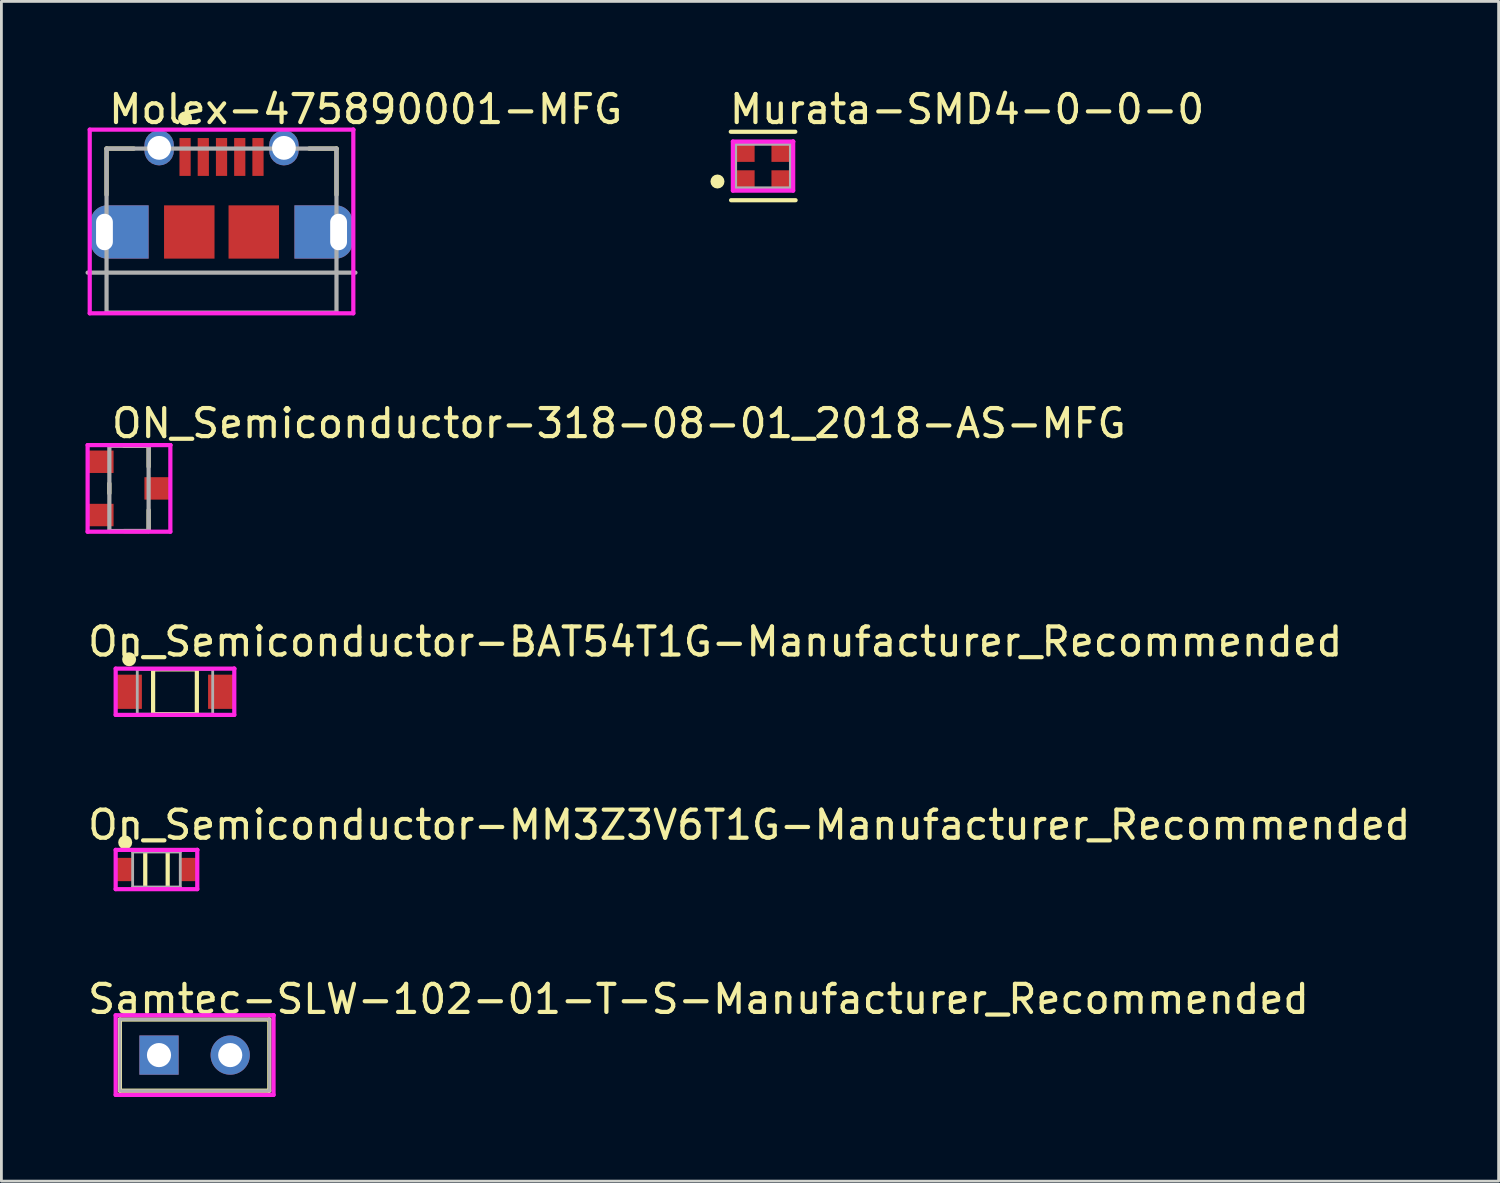
<source format=kicad_pcb>
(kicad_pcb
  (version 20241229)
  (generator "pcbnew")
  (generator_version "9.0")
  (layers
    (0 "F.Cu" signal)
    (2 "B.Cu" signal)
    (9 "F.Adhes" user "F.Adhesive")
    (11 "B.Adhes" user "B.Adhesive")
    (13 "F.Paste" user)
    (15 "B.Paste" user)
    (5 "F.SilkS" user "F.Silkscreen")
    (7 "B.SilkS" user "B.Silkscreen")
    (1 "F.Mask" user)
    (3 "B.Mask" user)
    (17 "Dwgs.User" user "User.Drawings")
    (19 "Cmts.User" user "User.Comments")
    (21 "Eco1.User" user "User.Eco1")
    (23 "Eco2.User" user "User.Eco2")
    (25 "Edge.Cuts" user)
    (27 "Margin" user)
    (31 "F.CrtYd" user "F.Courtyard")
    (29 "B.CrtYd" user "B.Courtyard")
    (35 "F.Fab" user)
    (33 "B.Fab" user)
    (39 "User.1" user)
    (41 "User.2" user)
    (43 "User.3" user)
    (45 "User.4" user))
  (footprint "Murata-SMD4-0-0-0"
    (layer "F.Cu")
    (at 24.161 2.873)
    (property "Reference" "Murata-SMD4-0-0-0" (at -1.275 -2.025 0) (layer "F.SilkS") (effects (font (size 1 1) (thickness 0.15)) (justify left)))
    (attr through_hole)
    (fp_line (start 1.15 -1.225) (end -1.15 -1.225) (stroke (width 0.15) (type solid)) (layer "F.SilkS"))
    (fp_line (start 1.161 1.217) (end -1.139 1.217) (stroke (width 0.15) (type solid)) (layer "F.SilkS"))
    (fp_circle (center -1.625 0.55) (end -1.5 0.55) (stroke (width 0.25) (type solid)) (fill no) (layer "F.SilkS"))
    (fp_line (start -1.075 -0.875) (end -1.075 0.875) (stroke (width 0.15) (type solid)) (layer "F.CrtYd"))
    (fp_line (start -1.075 0.875) (end 1.075 0.875) (stroke (width 0.15) (type solid)) (layer "F.CrtYd"))
    (fp_line (start 1.075 -0.875) (end -1.075 -0.875) (stroke (width 0.15) (type solid)) (layer "F.CrtYd"))
    (fp_line (start 1.075 -0.875) (end 1.075 -0.875) (stroke (width 0.15) (type solid)) (layer "F.CrtYd"))
    (fp_line (start 1.075 0.875) (end 1.075 -0.875) (stroke (width 0.15) (type solid)) (layer "F.CrtYd"))
    (fp_line (start -1 -0.8) (end 1 -0.8) (stroke (width 0.15) (type solid)) (layer "F.Fab"))
    (fp_line (start -1 0.8) (end -1 -0.8) (stroke (width 0.15) (type solid)) (layer "F.Fab"))
    (fp_line (start 1 -0.8) (end 1 0.8) (stroke (width 0.15) (type solid)) (layer "F.Fab"))
    (fp_line (start 1 0.8) (end -1 0.8) (stroke (width 0.15) (type solid)) (layer "F.Fab"))
    (pad "1" smd rect (at -0.675 0.5) (size 0.75 0.7) (layers "F.Cu" "F.Mask" "F.Paste"))
    (pad "2,4" smd rect (at -0.675 -0.5) (size 0.75 0.7) (layers "F.Cu" "F.Mask" "F.Paste"))
    (pad "2,4" smd rect (at 0.675 0.5) (size 0.75 0.7) (layers "F.Cu" "F.Mask" "F.Paste"))
    (pad "3" smd rect (at 0.675 -0.5) (size 0.75 0.7) (layers "F.Cu" "F.Mask" "F.Paste")))
  (footprint "On_Semiconductor-BAT54T1G-Manufacturer_Recommended"
    (layer "F.Cu")
    (at 3.19 21.62)
    (property "Reference" "On_Semiconductor-BAT54T1G-Manufacturer_Recommended" (at -3.19 -1.785 0) (layer "F.SilkS") (effects (font (size 1 1) (thickness 0.15)) (justify left)))
    (attr through_hole)
    (fp_line (start -0.78 -0.8) (end 0.78 -0.8) (stroke (width 0.15) (type solid)) (layer "F.SilkS"))
    (fp_line (start -0.78 0.8) (end -0.78 -0.8) (stroke (width 0.15) (type solid)) (layer "F.SilkS"))
    (fp_line (start -0.78 0.8) (end 0.78 0.8) (stroke (width 0.15) (type solid)) (layer "F.SilkS"))
    (fp_line (start 0.78 0.8) (end 0.78 -0.8) (stroke (width 0.15) (type solid)) (layer "F.SilkS"))
    (fp_circle (center -1.635 -1.16) (end -1.51 -1.16) (stroke (width 0.25) (type solid)) (fill no) (layer "F.SilkS"))
    (fp_line (start -2.115 -0.825) (end -2.115 0.825) (stroke (width 0.15) (type solid)) (layer "F.CrtYd"))
    (fp_line (start -2.115 0.825) (end 2.115 0.825) (stroke (width 0.15) (type solid)) (layer "F.CrtYd"))
    (fp_line (start 2.115 -0.825) (end -2.115 -0.825) (stroke (width 0.15) (type solid)) (layer "F.CrtYd"))
    (fp_line (start 2.115 -0.825) (end 2.115 -0.825) (stroke (width 0.15) (type solid)) (layer "F.CrtYd"))
    (fp_line (start 2.115 0.825) (end 2.115 -0.825) (stroke (width 0.15) (type solid)) (layer "F.CrtYd"))
    (fp_line (start -1.345 -0.8) (end 1.345 -0.8) (stroke (width 0.1) (type solid)) (layer "F.Fab"))
    (fp_line (start -1.345 0.8) (end -1.345 -0.8) (stroke (width 0.1) (type solid)) (layer "F.Fab"))
    (fp_line (start -1.345 0.8) (end 1.345 0.8) (stroke (width 0.1) (type solid)) (layer "F.Fab"))
    (fp_line (start 1.345 0.8) (end 1.345 -0.8) (stroke (width 0.1) (type solid)) (layer "F.Fab"))
    (pad "1" smd rect (at -1.635 0 180) (size 0.91 1.22) (layers "F.Cu" "F.Mask" "F.Paste"))
    (pad "2" smd rect (at 1.635 0 180) (size 0.91 1.22) (layers "F.Cu" "F.Mask" "F.Paste")))
  (footprint "Samtec-SLW-102-01-T-S-Manufacturer_Recommended"
    (layer "F.Cu")
    (at 2.62 34.576)
    (property "Reference" "Samtec-SLW-102-01-T-S-Manufacturer_Recommended" (at -2.62 -1.995 0) (layer "F.SilkS") (effects (font (size 1 1) (thickness 0.15)) (justify left)))
    (attr through_hole)
    (fp_line (start -1.395 -1.27) (end 3.935 -1.27) (stroke (width 0.15) (type solid)) (layer "F.SilkS"))
    (fp_line (start -1.395 1.27) (end -1.395 -1.27) (stroke (width 0.15) (type solid)) (layer "F.SilkS"))
    (fp_line (start -1.395 1.27) (end 3.935 1.27) (stroke (width 0.15) (type solid)) (layer "F.SilkS"))
    (fp_line (start 3.935 1.27) (end 3.935 -1.27) (stroke (width 0.15) (type solid)) (layer "F.SilkS"))
    (fp_line (start -1.545 -1.42) (end -1.545 1.42) (stroke (width 0.15) (type solid)) (layer "F.CrtYd"))
    (fp_line (start -1.545 1.42) (end 4.085 1.42) (stroke (width 0.15) (type solid)) (layer "F.CrtYd"))
    (fp_line (start 4.085 -1.42) (end -1.545 -1.42) (stroke (width 0.15) (type solid)) (layer "F.CrtYd"))
    (fp_line (start 4.085 -1.42) (end 4.085 -1.42) (stroke (width 0.15) (type solid)) (layer "F.CrtYd"))
    (fp_line (start 4.085 1.42) (end 4.085 -1.42) (stroke (width 0.15) (type solid)) (layer "F.CrtYd"))
    (fp_line (start -1.395 -1.27) (end 3.935 -1.27) (stroke (width 0.1) (type solid)) (layer "F.Fab"))
    (fp_line (start -1.395 1.27) (end -1.395 -1.27) (stroke (width 0.1) (type solid)) (layer "F.Fab"))
    (fp_line (start -1.395 1.27) (end 3.935 1.27) (stroke (width 0.1) (type solid)) (layer "F.Fab"))
    (fp_line (start 3.935 1.27) (end 3.935 -1.27) (stroke (width 0.1) (type solid)) (layer "F.Fab"))
    (pad "1" thru_hole rect (at 0 0) (size 1.4 1.4) (drill 0.86) (layers "*.Cu"))
    (pad "2" thru_hole circle (at 2.54 0) (size 1.4 1.4) (drill 0.86) (layers "*.Cu")))
  (footprint "Molex-475890001-MFG"
    (layer "F.Cu")
    (at 4.85 5.573)
    (property "Reference" "Molex-475890001-MFG" (at -4.1 -4.725 0) (layer "F.SilkS") (effects (font (size 1 1) (thickness 0.15)) (justify left)))
    (attr through_hole)
    (fp_line (start -4.1 -3.325) (end -3.125 -3.325) (stroke (width 0.15) (type solid)) (layer "F.SilkS"))
    (fp_line (start -4.1 -1.675) (end -4.1 -3.325) (stroke (width 0.15) (type solid)) (layer "F.SilkS"))
    (fp_line (start 3.125 -3.325) (end 4.1 -3.325) (stroke (width 0.15) (type solid)) (layer "F.SilkS"))
    (fp_line (start 4.1 -1.675) (end 4.1 -3.325) (stroke (width 0.15) (type solid)) (layer "F.SilkS"))
    (fp_circle (center -1.3 -4.4) (end -1.175 -4.4) (stroke (width 0.25) (type solid)) (fill no) (layer "F.SilkS"))
    (fp_line (start -4.7 -4) (end -4.7 2.55) (stroke (width 0.15) (type solid)) (layer "F.CrtYd"))
    (fp_line (start -4.7 2.55) (end 4.7 2.55) (stroke (width 0.15) (type solid)) (layer "F.CrtYd"))
    (fp_line (start 4.7 -4) (end -4.7 -4) (stroke (width 0.15) (type solid)) (layer "F.CrtYd"))
    (fp_line (start 4.7 -4) (end 4.7 -4) (stroke (width 0.15) (type solid)) (layer "F.CrtYd"))
    (fp_line (start 4.7 2.55) (end 4.7 -4) (stroke (width 0.15) (type solid)) (layer "F.CrtYd"))
    (fp_line (start -4.1 -3.325) (end 4.1 -3.325) (stroke (width 0.15) (type solid)) (layer "F.Fab"))
    (fp_line (start -4.1 2.525) (end -4.1 -3.325) (stroke (width 0.15) (type solid)) (layer "F.Fab"))
    (fp_line (start 4.1 -3.325) (end 4.1 2.525) (stroke (width 0.15) (type solid)) (layer "F.Fab"))
    (fp_line (start 4.1 2.525) (end -4.1 2.525) (stroke (width 0.15) (type solid)) (layer "F.Fab"))
    (fp_line (start 4.775 1.1) (end -4.775 1.1) (stroke (width 0.15) (type solid)) (layer "F.Fab"))
    (pad "1" smd rect (at -1.3 -3.025) (size 0.4 1.35) (layers "F.Cu" "F.Mask" "F.Paste"))
    (pad "2" smd rect (at -0.65 -3.025) (size 0.4 1.35) (layers "F.Cu" "F.Mask" "F.Paste"))
    (pad "3" smd rect (at 0 -3.025) (size 0.4 1.35) (layers "F.Cu" "F.Mask" "F.Paste"))
    (pad "4" smd rect (at 0.65 -3.025) (size 0.4 1.35) (layers "F.Cu" "F.Mask" "F.Paste"))
    (pad "5" smd rect (at 1.3 -3.025) (size 0.4 1.35) (layers "F.Cu" "F.Mask" "F.Paste"))
    (pad "6" thru_hole roundrect (at -2.225 -3.35) (size 1.05 1.25) (drill oval 0.85) (layers "*.Cu") (roundrect_rratio 0.5))
    (pad "7" thru_hole roundrect (at 2.225 -3.35) (size 1.05 1.25) (drill oval 0.85) (layers "*.Cu") (roundrect_rratio 0.5))
    (pad "8" thru_hole roundrect (at -4.175 -0.35) (size 0.6 1.3) (drill oval 1.3) (layers "*.Cu") (roundrect_rratio 0.5))
    (pad "8" smd custom (at -3.638 -0.35) (size 1.2 1.2) (layers "F.Cu" "F.Mask") (options (anchor circle)) (primitives (gr_poly (pts (xy 1.038 0.95) (xy 1.038 -0.95) (xy -0.438 -0.95) (xy -0.485 -0.948) (xy -0.531 -0.943) (xy -0.578 -0.933) (xy -0.623 -0.921) (xy -0.667 -0.904) (xy -0.71 -0.885) (xy -0.751 -0.862) (xy -0.79 -0.835) (xy -0.827 -0.806) (xy -0.862 -0.774) (xy -0.894 -0.74) (xy -0.923 -0.703) (xy -0.949 -0.663) (xy -0.972 -0.622) (xy -0.992 -0.58) (xy -1.008 -0.535) (xy -1.021 -0.49) (xy -1.03 -0.444) (xy -1.036 -0.397) (xy -1.038 -0.35) (xy -1.038 0.35) (xy -1.036 0.397) (xy -1.03 0.444) (xy -1.021 0.49) (xy -1.008 0.535) (xy -0.992 0.58) (xy -0.972 0.622) (xy -0.949 0.663) (xy -0.923 0.703) (xy -0.894 0.74) (xy -0.862 0.774) (xy -0.827 0.806) (xy -0.79 0.835) (xy -0.751 0.862) (xy -0.71 0.885) (xy -0.667 0.904) (xy -0.623 0.921) (xy -0.578 0.933) (xy -0.531 0.943) (xy -0.485 0.948) (xy -0.438 0.95) (xy 1.038 0.95)) (width 0) (fill yes))))
    (pad "8" smd custom (at -3.638 -0.35) (size 1.2 1.2) (layers "B.Cu" "B.Mask") (options (anchor circle)) (primitives (gr_poly (pts (xy 1.038 0.95) (xy 1.038 -0.95) (xy -0.438 -0.95) (xy -0.485 -0.948) (xy -0.531 -0.943) (xy -0.578 -0.933) (xy -0.623 -0.921) (xy -0.667 -0.904) (xy -0.71 -0.885) (xy -0.751 -0.862) (xy -0.79 -0.835) (xy -0.827 -0.806) (xy -0.862 -0.774) (xy -0.894 -0.74) (xy -0.923 -0.703) (xy -0.949 -0.663) (xy -0.972 -0.622) (xy -0.992 -0.58) (xy -1.008 -0.535) (xy -1.021 -0.49) (xy -1.03 -0.444) (xy -1.036 -0.397) (xy -1.038 -0.35) (xy -1.038 0.35) (xy -1.036 0.397) (xy -1.03 0.444) (xy -1.021 0.49) (xy -1.008 0.535) (xy -0.992 0.58) (xy -0.972 0.622) (xy -0.949 0.663) (xy -0.923 0.703) (xy -0.894 0.74) (xy -0.862 0.774) (xy -0.827 0.806) (xy -0.79 0.835) (xy -0.751 0.862) (xy -0.71 0.885) (xy -0.667 0.904) (xy -0.623 0.921) (xy -0.578 0.933) (xy -0.531 0.943) (xy -0.485 0.948) (xy -0.438 0.95) (xy 1.038 0.95)) (width 0) (fill yes))))
    (pad "9" smd rect (at -1.15 -0.35) (size 1.8 1.9) (layers "F.Cu" "F.Mask" "F.Paste"))
    (pad "10" smd rect (at 1.15 -0.35) (size 1.8 1.9) (layers "F.Cu" "F.Mask" "F.Paste"))
    (pad "11" smd custom (at 3.638 -0.35) (size 1.2 1.2) (layers "F.Cu" "F.Mask") (options (anchor circle)) (primitives (gr_poly (pts (xy -1.038 -0.95) (xy -1.038 0.95) (xy 0.438 0.95) (xy 0.485 0.948) (xy 0.531 0.943) (xy 0.578 0.933) (xy 0.623 0.921) (xy 0.667 0.904) (xy 0.71 0.885) (xy 0.751 0.862) (xy 0.79 0.835) (xy 0.827 0.806) (xy 0.862 0.774) (xy 0.894 0.74) (xy 0.923 0.703) (xy 0.949 0.663) (xy 0.972 0.622) (xy 0.992 0.58) (xy 1.008 0.535) (xy 1.021 0.49) (xy 1.03 0.444) (xy 1.036 0.397) (xy 1.038 0.35) (xy 1.038 -0.35) (xy 1.036 -0.397) (xy 1.03 -0.444) (xy 1.021 -0.49) (xy 1.008 -0.535) (xy 0.992 -0.58) (xy 0.972 -0.622) (xy 0.949 -0.663) (xy 0.923 -0.703) (xy 0.894 -0.74) (xy 0.862 -0.774) (xy 0.827 -0.806) (xy 0.79 -0.835) (xy 0.751 -0.862) (xy 0.71 -0.885) (xy 0.667 -0.904) (xy 0.623 -0.921) (xy 0.578 -0.933) (xy 0.531 -0.943) (xy 0.485 -0.948) (xy 0.438 -0.95) (xy -1.038 -0.95)) (width 0) (fill yes))))
    (pad "11" smd custom (at 3.638 -0.35) (size 1.2 1.2) (layers "B.Cu" "B.Mask") (options (anchor circle)) (primitives (gr_poly (pts (xy -1.038 -0.95) (xy -1.038 0.95) (xy 0.438 0.95) (xy 0.485 0.948) (xy 0.531 0.943) (xy 0.578 0.933) (xy 0.623 0.921) (xy 0.667 0.904) (xy 0.71 0.885) (xy 0.751 0.862) (xy 0.79 0.835) (xy 0.827 0.806) (xy 0.862 0.774) (xy 0.894 0.74) (xy 0.923 0.703) (xy 0.949 0.663) (xy 0.972 0.622) (xy 0.992 0.58) (xy 1.008 0.535) (xy 1.021 0.49) (xy 1.03 0.444) (xy 1.036 0.397) (xy 1.038 0.35) (xy 1.038 -0.35) (xy 1.036 -0.397) (xy 1.03 -0.444) (xy 1.021 -0.49) (xy 1.008 -0.535) (xy 0.992 -0.58) (xy 0.972 -0.622) (xy 0.949 -0.663) (xy 0.923 -0.703) (xy 0.894 -0.74) (xy 0.862 -0.774) (xy 0.827 -0.806) (xy 0.79 -0.835) (xy 0.751 -0.862) (xy 0.71 -0.885) (xy 0.667 -0.904) (xy 0.623 -0.921) (xy 0.578 -0.933) (xy 0.531 -0.943) (xy 0.485 -0.948) (xy 0.438 -0.95) (xy -1.038 -0.95)) (width 0) (fill yes))))
    (pad "11" thru_hole roundrect (at 4.175 -0.35) (size 0.6 1.3) (drill oval 1.3) (layers "*.Cu") (roundrect_rratio 0.5)))
  (footprint "ON_Semiconductor-318-08-01_2018-AS-MFG"
    (layer "F.Cu")
    (at 1.55 14.367)
    (property "Reference" "ON_Semiconductor-318-08-01_2018-AS-MFG" (at -0.7 -2.32 0) (layer "F.SilkS") (effects (font (size 1 1) (thickness 0.15)) (justify left)))
    (attr through_hole)
    (fp_line (start -0.7 0.175) (end -0.7 -0.175) (stroke (width 0.15) (type solid)) (layer "F.SilkS"))
    (fp_line (start -0.175 -1.52) (end 0.7 -1.52) (stroke (width 0.15) (type solid)) (layer "F.SilkS"))
    (fp_line (start -0.175 1.52) (end 0.7 1.52) (stroke (width 0.15) (type solid)) (layer "F.SilkS"))
    (fp_line (start 0.7 -0.775) (end 0.7 -1.52) (stroke (width 0.15) (type solid)) (layer "F.SilkS"))
    (fp_line (start 0.7 1.52) (end 0.7 0.775) (stroke (width 0.15) (type solid)) (layer "F.SilkS"))
    (fp_line (start -1.475 -1.545) (end -1.475 1.545) (stroke (width 0.15) (type solid)) (layer "F.CrtYd"))
    (fp_line (start -1.475 1.545) (end 1.475 1.545) (stroke (width 0.15) (type solid)) (layer "F.CrtYd"))
    (fp_line (start 1.475 -1.545) (end -1.475 -1.545) (stroke (width 0.15) (type solid)) (layer "F.CrtYd"))
    (fp_line (start 1.475 -1.545) (end 1.475 -1.545) (stroke (width 0.15) (type solid)) (layer "F.CrtYd"))
    (fp_line (start 1.475 1.545) (end 1.475 -1.545) (stroke (width 0.15) (type solid)) (layer "F.CrtYd"))
    (fp_line (start -0.7 -1.52) (end 0.7 -1.52) (stroke (width 0.15) (type solid)) (layer "F.Fab"))
    (fp_line (start -0.7 1.52) (end -0.7 -1.52) (stroke (width 0.15) (type solid)) (layer "F.Fab"))
    (fp_line (start 0.7 -1.52) (end 0.7 1.52) (stroke (width 0.15) (type solid)) (layer "F.Fab"))
    (fp_line (start 0.7 1.52) (end -0.7 1.52) (stroke (width 0.15) (type solid)) (layer "F.Fab"))
    (pad "1" smd rect (at -1 -0.95) (size 0.9 0.8) (layers "F.Cu" "F.Mask" "F.Paste"))
    (pad "2" smd rect (at -1 0.95) (size 0.9 0.8) (layers "F.Cu" "F.Mask" "F.Paste"))
    (pad "3" smd rect (at 1 0) (size 0.9 0.8) (layers "F.Cu" "F.Mask" "F.Paste")))
  (footprint "On_Semiconductor-MM3Z3V6T1G-Manufacturer_Recommended"
    (layer "F.Cu")
    (at 2.53 27.958)
    (property "Reference" "On_Semiconductor-MM3Z3V6T1G-Manufacturer_Recommended" (at -2.53 -1.59 0) (layer "F.SilkS") (effects (font (size 1 1) (thickness 0.15)) (justify left)))
    (attr through_hole)
    (fp_line (start -0.4 -0.675) (end 0.4 -0.675) (stroke (width 0.15) (type solid)) (layer "F.SilkS"))
    (fp_line (start -0.4 0.675) (end -0.4 -0.675) (stroke (width 0.15) (type solid)) (layer "F.SilkS"))
    (fp_line (start -0.4 0.675) (end 0.4 0.675) (stroke (width 0.15) (type solid)) (layer "F.SilkS"))
    (fp_line (start 0.4 0.675) (end 0.4 -0.675) (stroke (width 0.15) (type solid)) (layer "F.SilkS"))
    (fp_circle (center -1.115 -0.965) (end -0.99 -0.965) (stroke (width 0.25) (type solid)) (fill no) (layer "F.SilkS"))
    (fp_line (start -1.455 -0.7) (end -1.455 0.7) (stroke (width 0.15) (type solid)) (layer "F.CrtYd"))
    (fp_line (start -1.455 0.7) (end 1.455 0.7) (stroke (width 0.15) (type solid)) (layer "F.CrtYd"))
    (fp_line (start 1.455 -0.7) (end -1.455 -0.7) (stroke (width 0.15) (type solid)) (layer "F.CrtYd"))
    (fp_line (start 1.455 -0.7) (end 1.455 -0.7) (stroke (width 0.15) (type solid)) (layer "F.CrtYd"))
    (fp_line (start 1.455 0.7) (end 1.455 -0.7) (stroke (width 0.15) (type solid)) (layer "F.CrtYd"))
    (fp_line (start -0.85 -0.625) (end 0.85 -0.625) (stroke (width 0.1) (type solid)) (layer "F.Fab"))
    (fp_line (start -0.85 0.625) (end -0.85 -0.625) (stroke (width 0.1) (type solid)) (layer "F.Fab"))
    (fp_line (start -0.85 0.625) (end 0.85 0.625) (stroke (width 0.1) (type solid)) (layer "F.Fab"))
    (fp_line (start 0.85 0.625) (end 0.85 -0.625) (stroke (width 0.1) (type solid)) (layer "F.Fab"))
    (pad "1" smd rect (at -1.115 0.000001) (size 0.63 0.83) (layers "F.Cu" "F.Mask" "F.Paste"))
    (pad "2" smd rect (at 1.115 0.000001) (size 0.63 0.83) (layers "F.Cu" "F.Mask" "F.Paste")))
  (gr_rect
    (start -3 -3)
    (end 50.393 39.071)
    (stroke (width 0.1) (type default))
    (fill no)
    (layer "Edge.Cuts")))
</source>
